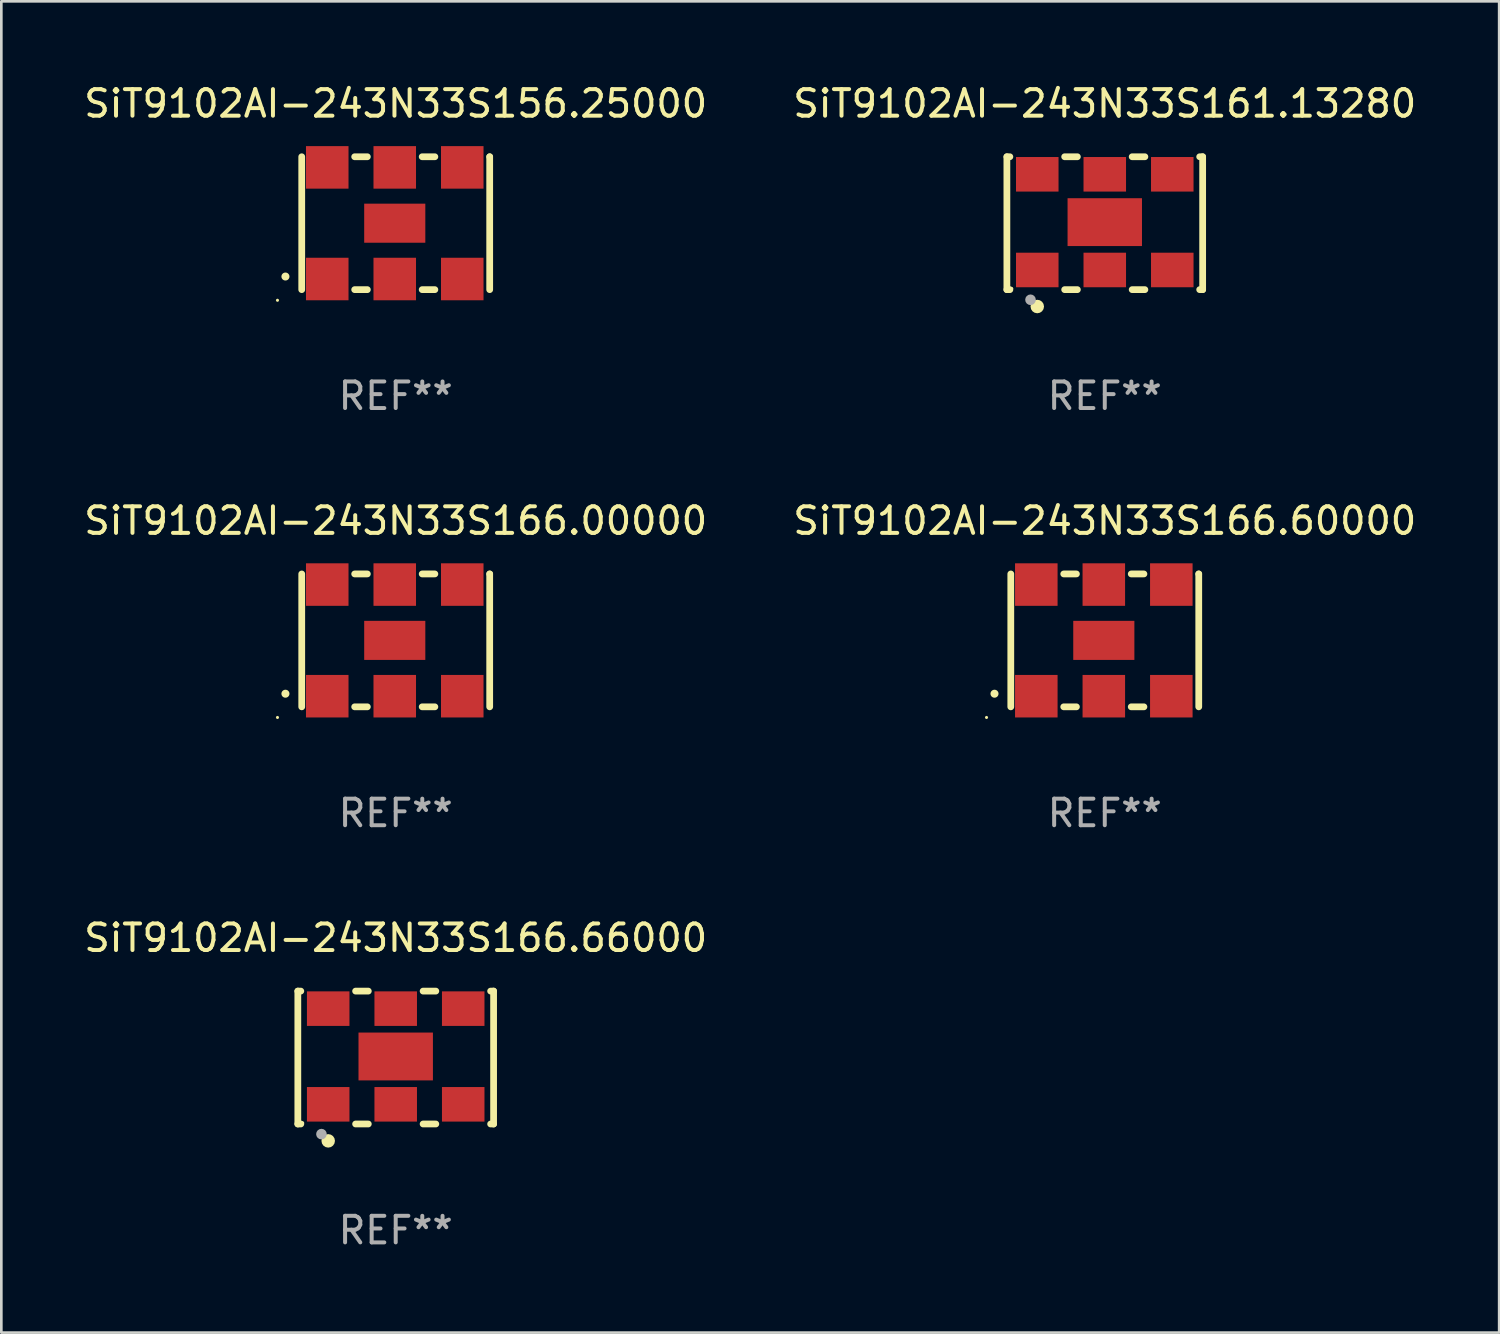
<source format=kicad_pcb>
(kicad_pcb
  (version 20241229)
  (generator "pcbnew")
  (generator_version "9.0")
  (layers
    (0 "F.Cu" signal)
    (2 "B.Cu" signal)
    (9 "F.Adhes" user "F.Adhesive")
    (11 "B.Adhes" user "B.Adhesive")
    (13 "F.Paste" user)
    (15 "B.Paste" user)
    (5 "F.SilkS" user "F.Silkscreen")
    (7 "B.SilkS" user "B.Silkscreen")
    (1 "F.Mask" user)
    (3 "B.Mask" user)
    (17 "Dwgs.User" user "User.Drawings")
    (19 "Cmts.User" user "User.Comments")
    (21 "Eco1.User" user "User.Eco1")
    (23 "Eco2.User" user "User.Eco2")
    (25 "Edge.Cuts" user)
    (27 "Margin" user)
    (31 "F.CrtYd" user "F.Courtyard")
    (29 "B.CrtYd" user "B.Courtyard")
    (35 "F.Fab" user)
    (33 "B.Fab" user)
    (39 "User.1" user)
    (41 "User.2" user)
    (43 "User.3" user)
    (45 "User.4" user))
  (footprint "SiT9102AI-243N33S156.25000"
    (layer "F.Cu")
    (at 11.839 5.348)
    (property "Reference" "SiT9102AI-243N33S156.25000" (at 0 -4.5 0) (layer "F.SilkS") (effects (font (size 1 1) (thickness 0.15))))
    (attr through_hole)
    (fp_line (start -3.536 -2.5) (end -3.536 2.5) (stroke (width 0.254) (type solid)) (layer "F.SilkS"))
    (fp_line (start -1.544 2.5) (end -1.067 2.5) (stroke (width 0.254) (type solid)) (layer "F.SilkS"))
    (fp_line (start -1.067 -2.5) (end -1.544 -2.5) (stroke (width 0.254) (type solid)) (layer "F.SilkS"))
    (fp_line (start 0.996 2.5) (end 1.473 2.5) (stroke (width 0.254) (type solid)) (layer "F.SilkS"))
    (fp_line (start 1.473 -2.5) (end 0.996 -2.5) (stroke (width 0.254) (type solid)) (layer "F.SilkS"))
    (fp_line (start 3.536 -2.5) (end 3.536 -2.5) (stroke (width 0.254) (type solid)) (layer "F.SilkS"))
    (fp_line (start 3.536 2.5) (end 3.536 -2.5) (stroke (width 0.254) (type solid)) (layer "F.SilkS"))
    (fp_arc (start -4.150432 2.006604) (mid -4.149162 2.006599) (end -4.147892 2.006604) (stroke (width 0.3) (type solid)) (layer "F.SilkS"))
    (fp_circle (center -4.449 2.9) (end -4.419 2.9) (stroke (width 0.06) (type solid)) (fill no) (layer "F.SilkS"))
    (fp_text user "REF**" (at 0 6.5 0) (layer "F.Fab") (effects (font (size 1 1) (thickness 0.15))))
    (pad "1" smd rect (at -2.576 2.1) (size 1.6 1.6) (layers "F.Cu" "F.Mask" "F.Paste"))
    (pad "2" smd rect (at -0.036 2.1) (size 1.6 1.6) (layers "F.Cu" "F.Mask" "F.Paste"))
    (pad "3" smd rect (at 2.504 2.1) (size 1.6 1.6) (layers "F.Cu" "F.Mask" "F.Paste"))
    (pad "4" smd rect (at 2.504 -2.1) (size 1.6 1.6) (layers "F.Cu" "F.Mask" "F.Paste"))
    (pad "5" smd rect (at -0.036 -2.1) (size 1.6 1.6) (layers "F.Cu" "F.Mask" "F.Paste"))
    (pad "6" smd rect (at -2.576 -2.1) (size 1.6 1.6) (layers "F.Cu" "F.Mask" "F.Paste"))
    (pad "7" smd rect (at -0.036 0) (size 2.3 1.47) (layers "F.Cu" "F.Mask" "F.Paste")))
  (footprint "SiT9102AI-243N33S161.13280"
    (layer "F.Cu")
    (at 38.518 5.348)
    (property "Reference" "SiT9102AI-243N33S161.13280" (at 0 -4.5 0) (layer "F.SilkS") (effects (font (size 1 1) (thickness 0.15))))
    (attr through_hole)
    (fp_line (start -3.683 -2.5) (end -3.571 -2.5) (stroke (width 0.254) (type solid)) (layer "F.SilkS"))
    (fp_line (start -3.683 2.5) (end -3.683 -2.5) (stroke (width 0.254) (type solid)) (layer "F.SilkS"))
    (fp_line (start -3.683 2.5) (end -3.571 2.5) (stroke (width 0.254) (type solid)) (layer "F.SilkS"))
    (fp_line (start -1.509 -2.5) (end -1.031 -2.5) (stroke (width 0.254) (type solid)) (layer "F.SilkS"))
    (fp_line (start -1.509 2.5) (end -1.031 2.5) (stroke (width 0.254) (type solid)) (layer "F.SilkS"))
    (fp_line (start 1.031 -2.5) (end 1.509 -2.5) (stroke (width 0.254) (type solid)) (layer "F.SilkS"))
    (fp_line (start 1.031 2.5) (end 1.509 2.5) (stroke (width 0.254) (type solid)) (layer "F.SilkS"))
    (fp_line (start 3.571 -2.5) (end 3.683 -2.5) (stroke (width 0.254) (type solid)) (layer "F.SilkS"))
    (fp_line (start 3.571 2.5) (end 3.683 2.5) (stroke (width 0.254) (type solid)) (layer "F.SilkS"))
    (fp_line (start 3.683 2.5) (end 3.683 -2.5) (stroke (width 0.254) (type solid)) (layer "F.SilkS"))
    (fp_circle (center -3.5 2.46) (end -3.47 2.46) (stroke (width 0.06) (type solid)) (fill no) (layer "F.SilkS"))
    (fp_circle (center -2.54 3.135) (end -2.413 3.135) (stroke (width 0.254) (type solid)) (fill no) (layer "F.SilkS"))
    (fp_circle (center -2.794 2.881) (end -2.694 2.881) (stroke (width 0.2) (type solid)) (fill no) (layer "F.Fab"))
    (fp_text user "REF**" (at 0 6.5 0) (layer "F.Fab") (effects (font (size 1 1) (thickness 0.15))))
    (pad "1" smd rect (at -2.54 1.76) (size 1.6 1.3) (layers "F.Cu" "F.Mask" "F.Paste"))
    (pad "2" smd rect (at 0 1.76) (size 1.6 1.3) (layers "F.Cu" "F.Mask" "F.Paste"))
    (pad "3" smd rect (at 2.54 1.76) (size 1.6 1.3) (layers "F.Cu" "F.Mask" "F.Paste"))
    (pad "4" smd rect (at 2.54 -1.84) (size 1.6 1.3) (layers "F.Cu" "F.Mask" "F.Paste"))
    (pad "5" smd rect (at 0 -1.84) (size 1.6 1.3) (layers "F.Cu" "F.Mask" "F.Paste"))
    (pad "6" smd rect (at -2.54 -1.84) (size 1.6 1.3) (layers "F.Cu" "F.Mask" "F.Paste"))
    (pad "7" smd rect (at 0 -0.04) (size 2.8 1.8) (layers "F.Cu" "F.Mask" "F.Paste")))
  (footprint "SiT9102AI-243N33S166.00000"
    (layer "F.Cu")
    (at 11.839 21.045)
    (property "Reference" "SiT9102AI-243N33S166.00000" (at 0 -4.5 0) (layer "F.SilkS") (effects (font (size 1 1) (thickness 0.15))))
    (attr through_hole)
    (fp_line (start -3.536 -2.5) (end -3.536 2.5) (stroke (width 0.254) (type solid)) (layer "F.SilkS"))
    (fp_line (start -1.544 2.5) (end -1.067 2.5) (stroke (width 0.254) (type solid)) (layer "F.SilkS"))
    (fp_line (start -1.067 -2.5) (end -1.544 -2.5) (stroke (width 0.254) (type solid)) (layer "F.SilkS"))
    (fp_line (start 0.996 2.5) (end 1.473 2.5) (stroke (width 0.254) (type solid)) (layer "F.SilkS"))
    (fp_line (start 1.473 -2.5) (end 0.996 -2.5) (stroke (width 0.254) (type solid)) (layer "F.SilkS"))
    (fp_line (start 3.536 -2.5) (end 3.536 -2.5) (stroke (width 0.254) (type solid)) (layer "F.SilkS"))
    (fp_line (start 3.536 2.5) (end 3.536 -2.5) (stroke (width 0.254) (type solid)) (layer "F.SilkS"))
    (fp_arc (start -4.150432 2.006604) (mid -4.149162 2.006599) (end -4.147892 2.006604) (stroke (width 0.3) (type solid)) (layer "F.SilkS"))
    (fp_circle (center -4.449 2.9) (end -4.419 2.9) (stroke (width 0.06) (type solid)) (fill no) (layer "F.SilkS"))
    (fp_text user "REF**" (at 0 6.5 0) (layer "F.Fab") (effects (font (size 1 1) (thickness 0.15))))
    (pad "1" smd rect (at -2.576 2.1) (size 1.6 1.6) (layers "F.Cu" "F.Mask" "F.Paste"))
    (pad "2" smd rect (at -0.036 2.1) (size 1.6 1.6) (layers "F.Cu" "F.Mask" "F.Paste"))
    (pad "3" smd rect (at 2.504 2.1) (size 1.6 1.6) (layers "F.Cu" "F.Mask" "F.Paste"))
    (pad "4" smd rect (at 2.504 -2.1) (size 1.6 1.6) (layers "F.Cu" "F.Mask" "F.Paste"))
    (pad "5" smd rect (at -0.036 -2.1) (size 1.6 1.6) (layers "F.Cu" "F.Mask" "F.Paste"))
    (pad "6" smd rect (at -2.576 -2.1) (size 1.6 1.6) (layers "F.Cu" "F.Mask" "F.Paste"))
    (pad "7" smd rect (at -0.036 0) (size 2.3 1.47) (layers "F.Cu" "F.Mask" "F.Paste")))
  (footprint "SiT9102AI-243N33S166.60000"
    (layer "F.Cu")
    (at 38.518 21.045)
    (property "Reference" "SiT9102AI-243N33S166.60000" (at 0 -4.5 0) (layer "F.SilkS") (effects (font (size 1 1) (thickness 0.15))))
    (attr through_hole)
    (fp_line (start -3.536 -2.5) (end -3.536 2.5) (stroke (width 0.254) (type solid)) (layer "F.SilkS"))
    (fp_line (start -1.544 2.5) (end -1.067 2.5) (stroke (width 0.254) (type solid)) (layer "F.SilkS"))
    (fp_line (start -1.067 -2.5) (end -1.544 -2.5) (stroke (width 0.254) (type solid)) (layer "F.SilkS"))
    (fp_line (start 0.996 2.5) (end 1.473 2.5) (stroke (width 0.254) (type solid)) (layer "F.SilkS"))
    (fp_line (start 1.473 -2.5) (end 0.996 -2.5) (stroke (width 0.254) (type solid)) (layer "F.SilkS"))
    (fp_line (start 3.536 -2.5) (end 3.536 -2.5) (stroke (width 0.254) (type solid)) (layer "F.SilkS"))
    (fp_line (start 3.536 2.5) (end 3.536 -2.5) (stroke (width 0.254) (type solid)) (layer "F.SilkS"))
    (fp_arc (start -4.150432 2.006604) (mid -4.149162 2.006599) (end -4.147892 2.006604) (stroke (width 0.3) (type solid)) (layer "F.SilkS"))
    (fp_circle (center -4.449 2.9) (end -4.419 2.9) (stroke (width 0.06) (type solid)) (fill no) (layer "F.SilkS"))
    (fp_text user "REF**" (at 0 6.5 0) (layer "F.Fab") (effects (font (size 1 1) (thickness 0.15))))
    (pad "1" smd rect (at -2.576 2.1) (size 1.6 1.6) (layers "F.Cu" "F.Mask" "F.Paste"))
    (pad "2" smd rect (at -0.036 2.1) (size 1.6 1.6) (layers "F.Cu" "F.Mask" "F.Paste"))
    (pad "3" smd rect (at 2.504 2.1) (size 1.6 1.6) (layers "F.Cu" "F.Mask" "F.Paste"))
    (pad "4" smd rect (at 2.504 -2.1) (size 1.6 1.6) (layers "F.Cu" "F.Mask" "F.Paste"))
    (pad "5" smd rect (at -0.036 -2.1) (size 1.6 1.6) (layers "F.Cu" "F.Mask" "F.Paste"))
    (pad "6" smd rect (at -2.576 -2.1) (size 1.6 1.6) (layers "F.Cu" "F.Mask" "F.Paste"))
    (pad "7" smd rect (at -0.036 0) (size 2.3 1.47) (layers "F.Cu" "F.Mask" "F.Paste")))
  (footprint "SiT9102AI-243N33S166.66000"
    (layer "F.Cu")
    (at 11.839 36.741)
    (property "Reference" "SiT9102AI-243N33S166.66000" (at 0 -4.5 0) (layer "F.SilkS") (effects (font (size 1 1) (thickness 0.15))))
    (attr through_hole)
    (fp_line (start -3.683 -2.5) (end -3.571 -2.5) (stroke (width 0.254) (type solid)) (layer "F.SilkS"))
    (fp_line (start -3.683 2.5) (end -3.683 -2.5) (stroke (width 0.254) (type solid)) (layer "F.SilkS"))
    (fp_line (start -3.683 2.5) (end -3.571 2.5) (stroke (width 0.254) (type solid)) (layer "F.SilkS"))
    (fp_line (start -1.509 -2.5) (end -1.031 -2.5) (stroke (width 0.254) (type solid)) (layer "F.SilkS"))
    (fp_line (start -1.509 2.5) (end -1.031 2.5) (stroke (width 0.254) (type solid)) (layer "F.SilkS"))
    (fp_line (start 1.031 -2.5) (end 1.509 -2.5) (stroke (width 0.254) (type solid)) (layer "F.SilkS"))
    (fp_line (start 1.031 2.5) (end 1.509 2.5) (stroke (width 0.254) (type solid)) (layer "F.SilkS"))
    (fp_line (start 3.571 -2.5) (end 3.683 -2.5) (stroke (width 0.254) (type solid)) (layer "F.SilkS"))
    (fp_line (start 3.571 2.5) (end 3.683 2.5) (stroke (width 0.254) (type solid)) (layer "F.SilkS"))
    (fp_line (start 3.683 2.5) (end 3.683 -2.5) (stroke (width 0.254) (type solid)) (layer "F.SilkS"))
    (fp_circle (center -3.5 2.46) (end -3.47 2.46) (stroke (width 0.06) (type solid)) (fill no) (layer "F.SilkS"))
    (fp_circle (center -2.54 3.135) (end -2.413 3.135) (stroke (width 0.254) (type solid)) (fill no) (layer "F.SilkS"))
    (fp_circle (center -2.794 2.881) (end -2.694 2.881) (stroke (width 0.2) (type solid)) (fill no) (layer "F.Fab"))
    (fp_text user "REF**" (at 0 6.5 0) (layer "F.Fab") (effects (font (size 1 1) (thickness 0.15))))
    (pad "1" smd rect (at -2.54 1.76) (size 1.6 1.3) (layers "F.Cu" "F.Mask" "F.Paste"))
    (pad "2" smd rect (at 0 1.76) (size 1.6 1.3) (layers "F.Cu" "F.Mask" "F.Paste"))
    (pad "3" smd rect (at 2.54 1.76) (size 1.6 1.3) (layers "F.Cu" "F.Mask" "F.Paste"))
    (pad "4" smd rect (at 2.54 -1.84) (size 1.6 1.3) (layers "F.Cu" "F.Mask" "F.Paste"))
    (pad "5" smd rect (at 0 -1.84) (size 1.6 1.3) (layers "F.Cu" "F.Mask" "F.Paste"))
    (pad "6" smd rect (at -2.54 -1.84) (size 1.6 1.3) (layers "F.Cu" "F.Mask" "F.Paste"))
    (pad "7" smd rect (at 0 -0.04) (size 2.8 1.8) (layers "F.Cu" "F.Mask" "F.Paste")))
  (gr_rect
    (start -3 -3)
    (end 53.357 47.09)
    (stroke (width 0.1) (type default))
    (fill no)
    (layer "Edge.Cuts")))
</source>
